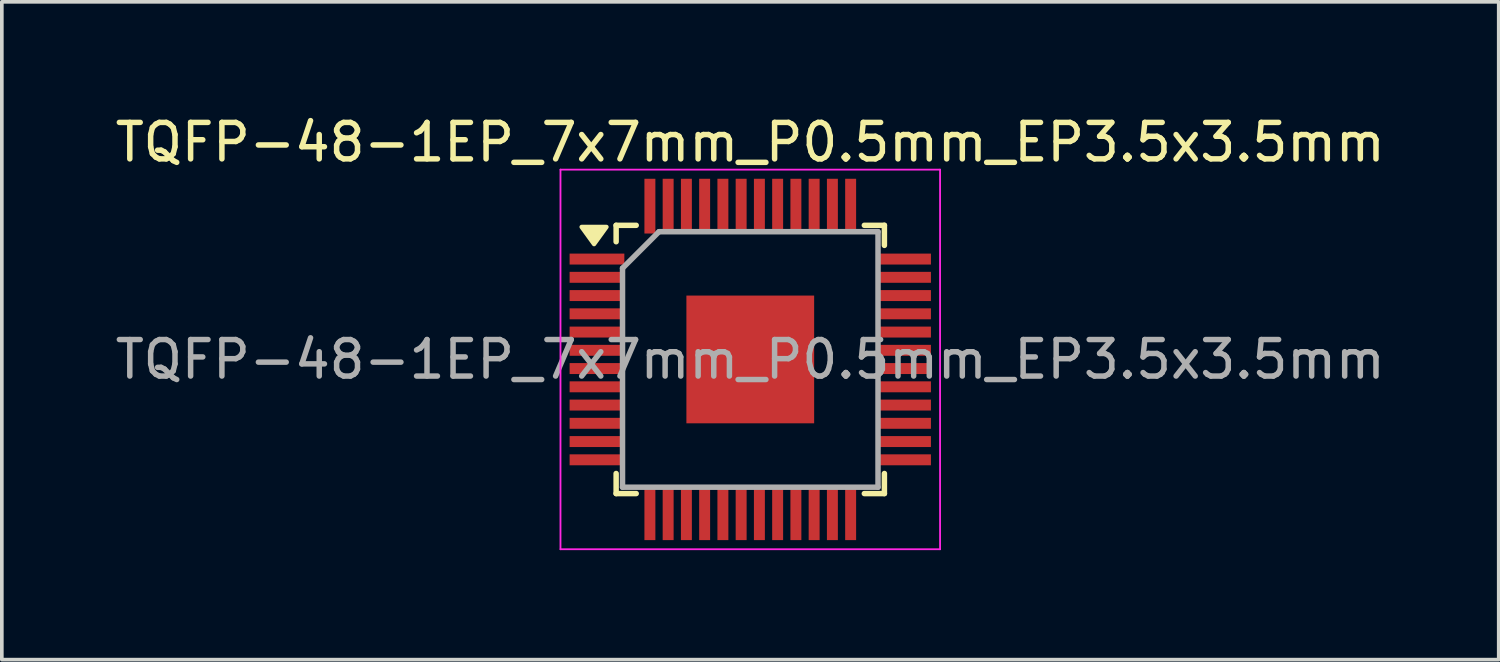
<source format=kicad_pcb>
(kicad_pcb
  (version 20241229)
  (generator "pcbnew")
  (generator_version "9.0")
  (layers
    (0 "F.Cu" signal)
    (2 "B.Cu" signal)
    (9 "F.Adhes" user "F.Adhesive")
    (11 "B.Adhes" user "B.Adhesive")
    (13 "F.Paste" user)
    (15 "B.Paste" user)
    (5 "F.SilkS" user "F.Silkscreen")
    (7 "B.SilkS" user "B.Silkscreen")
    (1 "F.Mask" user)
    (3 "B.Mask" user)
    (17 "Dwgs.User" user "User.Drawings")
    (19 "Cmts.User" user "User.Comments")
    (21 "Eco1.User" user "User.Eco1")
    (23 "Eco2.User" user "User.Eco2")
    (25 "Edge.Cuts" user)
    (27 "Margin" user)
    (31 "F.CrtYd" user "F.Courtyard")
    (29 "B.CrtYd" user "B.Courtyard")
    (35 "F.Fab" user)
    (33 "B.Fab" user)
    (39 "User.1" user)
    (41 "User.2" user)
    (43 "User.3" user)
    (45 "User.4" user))
  (footprint "TQFP-48-1EP_7x7mm_P0.5mm_EP3.5x3.5mm"
    (layer "F.Cu")
    (at 17.506 6.798)
    (property "Reference" "TQFP-48-1EP_7x7mm_P0.5mm_EP3.5x3.5mm" (at 0 -5.95 0) (layer "F.SilkS") (effects (font (size 1 1) (thickness 0.15))))
    (attr smd)
    (fp_line (start -3.675 -3.675) (end -3.675 -3.225) (stroke (width 0.15) (type solid)) (layer "F.SilkS"))
    (fp_line (start -3.675 -3.675) (end -3.125 -3.675) (stroke (width 0.15) (type solid)) (layer "F.SilkS"))
    (fp_line (start -3.675 3.675) (end -3.675 3.125) (stroke (width 0.15) (type solid)) (layer "F.SilkS"))
    (fp_line (start -3.675 3.675) (end -3.125 3.675) (stroke (width 0.15) (type solid)) (layer "F.SilkS"))
    (fp_line (start 3.675 -3.675) (end 3.125 -3.675) (stroke (width 0.15) (type solid)) (layer "F.SilkS"))
    (fp_line (start 3.675 -3.675) (end 3.675 -3.125) (stroke (width 0.15) (type solid)) (layer "F.SilkS"))
    (fp_line (start 3.675 3.675) (end 3.125 3.675) (stroke (width 0.15) (type solid)) (layer "F.SilkS"))
    (fp_line (start 3.675 3.675) (end 3.675 3.125) (stroke (width 0.15) (type solid)) (layer "F.SilkS"))
    (fp_poly (pts (xy -4.28 -3.16) (xy -4.62 -3.63) (xy -3.94 -3.63) (xy -4.28 -3.16)) (stroke (width 0.12) (type solid)) (fill yes) (layer "F.SilkS"))
    (fp_line (start -5.2 -5.2) (end -5.2 5.2) (stroke (width 0.05) (type solid)) (layer "F.CrtYd"))
    (fp_line (start -5.2 -5.2) (end 5.2 -5.2) (stroke (width 0.05) (type solid)) (layer "F.CrtYd"))
    (fp_line (start -5.2 5.2) (end 5.2 5.2) (stroke (width 0.05) (type solid)) (layer "F.CrtYd"))
    (fp_line (start 5.2 -5.2) (end 5.2 5.2) (stroke (width 0.05) (type solid)) (layer "F.CrtYd"))
    (fp_line (start -3.5 -2.5) (end -2.5 -3.5) (stroke (width 0.15) (type solid)) (layer "F.Fab"))
    (fp_line (start -3.5 3.5) (end -3.5 -2.5) (stroke (width 0.15) (type solid)) (layer "F.Fab"))
    (fp_line (start -2.5 -3.5) (end 3.5 -3.5) (stroke (width 0.15) (type solid)) (layer "F.Fab"))
    (fp_line (start 3.5 -3.5) (end 3.5 3.5) (stroke (width 0.15) (type solid)) (layer "F.Fab"))
    (fp_line (start 3.5 3.5) (end -3.5 3.5) (stroke (width 0.15) (type solid)) (layer "F.Fab"))
    (fp_text user "${REFERENCE}" (at 0 0 0) (layer "F.Fab") (effects (font (size 1 1) (thickness 0.15))))
    (pad "" smd rect (at -0.875 -0.875) (size 1.35 1.35) (layers "F.Paste"))
    (pad "" smd rect (at -0.875 0.875) (size 1.35 1.35) (layers "F.Paste"))
    (pad "" smd rect (at 0.875 -0.875) (size 1.35 1.35) (layers "F.Paste"))
    (pad "" smd rect (at 0.875 0.875) (size 1.35 1.35) (layers "F.Paste"))
    (pad "1" smd rect (at -4.2 -2.75) (size 1.5 0.3) (layers "F.Cu" "F.Mask" "F.Paste"))
    (pad "2" smd rect (at -4.2 -2.25) (size 1.5 0.3) (layers "F.Cu" "F.Mask" "F.Paste"))
    (pad "3" smd rect (at -4.2 -1.75) (size 1.5 0.3) (layers "F.Cu" "F.Mask" "F.Paste"))
    (pad "4" smd rect (at -4.2 -1.25) (size 1.5 0.3) (layers "F.Cu" "F.Mask" "F.Paste"))
    (pad "5" smd rect (at -4.2 -0.75) (size 1.5 0.3) (layers "F.Cu" "F.Mask" "F.Paste"))
    (pad "6" smd rect (at -4.2 -0.25) (size 1.5 0.3) (layers "F.Cu" "F.Mask" "F.Paste"))
    (pad "7" smd rect (at -4.2 0.25) (size 1.5 0.3) (layers "F.Cu" "F.Mask" "F.Paste"))
    (pad "8" smd rect (at -4.2 0.75) (size 1.5 0.3) (layers "F.Cu" "F.Mask" "F.Paste"))
    (pad "9" smd rect (at -4.2 1.25) (size 1.5 0.3) (layers "F.Cu" "F.Mask" "F.Paste"))
    (pad "10" smd rect (at -4.2 1.75) (size 1.5 0.3) (layers "F.Cu" "F.Mask" "F.Paste"))
    (pad "11" smd rect (at -4.2 2.25) (size 1.5 0.3) (layers "F.Cu" "F.Mask" "F.Paste"))
    (pad "12" smd rect (at -4.2 2.75) (size 1.5 0.3) (layers "F.Cu" "F.Mask" "F.Paste"))
    (pad "13" smd rect (at -2.75 4.2 90) (size 1.5 0.3) (layers "F.Cu" "F.Mask" "F.Paste"))
    (pad "14" smd rect (at -2.25 4.2 90) (size 1.5 0.3) (layers "F.Cu" "F.Mask" "F.Paste"))
    (pad "15" smd rect (at -1.75 4.2 90) (size 1.5 0.3) (layers "F.Cu" "F.Mask" "F.Paste"))
    (pad "16" smd rect (at -1.25 4.2 90) (size 1.5 0.3) (layers "F.Cu" "F.Mask" "F.Paste"))
    (pad "17" smd rect (at -0.75 4.2 90) (size 1.5 0.3) (layers "F.Cu" "F.Mask" "F.Paste"))
    (pad "18" smd rect (at -0.25 4.2 90) (size 1.5 0.3) (layers "F.Cu" "F.Mask" "F.Paste"))
    (pad "19" smd rect (at 0.25 4.2 90) (size 1.5 0.3) (layers "F.Cu" "F.Mask" "F.Paste"))
    (pad "20" smd rect (at 0.75 4.2 90) (size 1.5 0.3) (layers "F.Cu" "F.Mask" "F.Paste"))
    (pad "21" smd rect (at 1.25 4.2 90) (size 1.5 0.3) (layers "F.Cu" "F.Mask" "F.Paste"))
    (pad "22" smd rect (at 1.75 4.2 90) (size 1.5 0.3) (layers "F.Cu" "F.Mask" "F.Paste"))
    (pad "23" smd rect (at 2.25 4.2 90) (size 1.5 0.3) (layers "F.Cu" "F.Mask" "F.Paste"))
    (pad "24" smd rect (at 2.75 4.2 90) (size 1.5 0.3) (layers "F.Cu" "F.Mask" "F.Paste"))
    (pad "25" smd rect (at 4.2 2.75) (size 1.5 0.3) (layers "F.Cu" "F.Mask" "F.Paste"))
    (pad "26" smd rect (at 4.2 2.25) (size 1.5 0.3) (layers "F.Cu" "F.Mask" "F.Paste"))
    (pad "27" smd rect (at 4.2 1.75) (size 1.5 0.3) (layers "F.Cu" "F.Mask" "F.Paste"))
    (pad "28" smd rect (at 4.2 1.25) (size 1.5 0.3) (layers "F.Cu" "F.Mask" "F.Paste"))
    (pad "29" smd rect (at 4.2 0.75) (size 1.5 0.3) (layers "F.Cu" "F.Mask" "F.Paste"))
    (pad "30" smd rect (at 4.2 0.25) (size 1.5 0.3) (layers "F.Cu" "F.Mask" "F.Paste"))
    (pad "31" smd rect (at 4.2 -0.25) (size 1.5 0.3) (layers "F.Cu" "F.Mask" "F.Paste"))
    (pad "32" smd rect (at 4.2 -0.75) (size 1.5 0.3) (layers "F.Cu" "F.Mask" "F.Paste"))
    (pad "33" smd rect (at 4.2 -1.25) (size 1.5 0.3) (layers "F.Cu" "F.Mask" "F.Paste"))
    (pad "34" smd rect (at 4.2 -1.75) (size 1.5 0.3) (layers "F.Cu" "F.Mask" "F.Paste"))
    (pad "35" smd rect (at 4.2 -2.25) (size 1.5 0.3) (layers "F.Cu" "F.Mask" "F.Paste"))
    (pad "36" smd rect (at 4.2 -2.75) (size 1.5 0.3) (layers "F.Cu" "F.Mask" "F.Paste"))
    (pad "37" smd rect (at 2.75 -4.2 90) (size 1.5 0.3) (layers "F.Cu" "F.Mask" "F.Paste"))
    (pad "38" smd rect (at 2.25 -4.2 90) (size 1.5 0.3) (layers "F.Cu" "F.Mask" "F.Paste"))
    (pad "39" smd rect (at 1.75 -4.2 90) (size 1.5 0.3) (layers "F.Cu" "F.Mask" "F.Paste"))
    (pad "40" smd rect (at 1.25 -4.2 90) (size 1.5 0.3) (layers "F.Cu" "F.Mask" "F.Paste"))
    (pad "41" smd rect (at 0.75 -4.2 90) (size 1.5 0.3) (layers "F.Cu" "F.Mask" "F.Paste"))
    (pad "42" smd rect (at 0.25 -4.2 90) (size 1.5 0.3) (layers "F.Cu" "F.Mask" "F.Paste"))
    (pad "43" smd rect (at -0.25 -4.2 90) (size 1.5 0.3) (layers "F.Cu" "F.Mask" "F.Paste"))
    (pad "44" smd rect (at -0.75 -4.2 90) (size 1.5 0.3) (layers "F.Cu" "F.Mask" "F.Paste"))
    (pad "45" smd rect (at -1.25 -4.2 90) (size 1.5 0.3) (layers "F.Cu" "F.Mask" "F.Paste"))
    (pad "46" smd rect (at -1.75 -4.2 90) (size 1.5 0.3) (layers "F.Cu" "F.Mask" "F.Paste"))
    (pad "47" smd rect (at -2.25 -4.2 90) (size 1.5 0.3) (layers "F.Cu" "F.Mask" "F.Paste"))
    (pad "48" smd rect (at -2.75 -4.2 90) (size 1.5 0.3) (layers "F.Cu" "F.Mask" "F.Paste"))
    (pad "49" smd rect (at 0 0) (size 3.5 3.5) (layers "F.Cu" "F.Mask")))
  (gr_rect
    (start -3 -3)
    (end 38.012 15.023)
    (stroke (width 0.1) (type default))
    (fill no)
    (layer "Edge.Cuts")))
</source>
